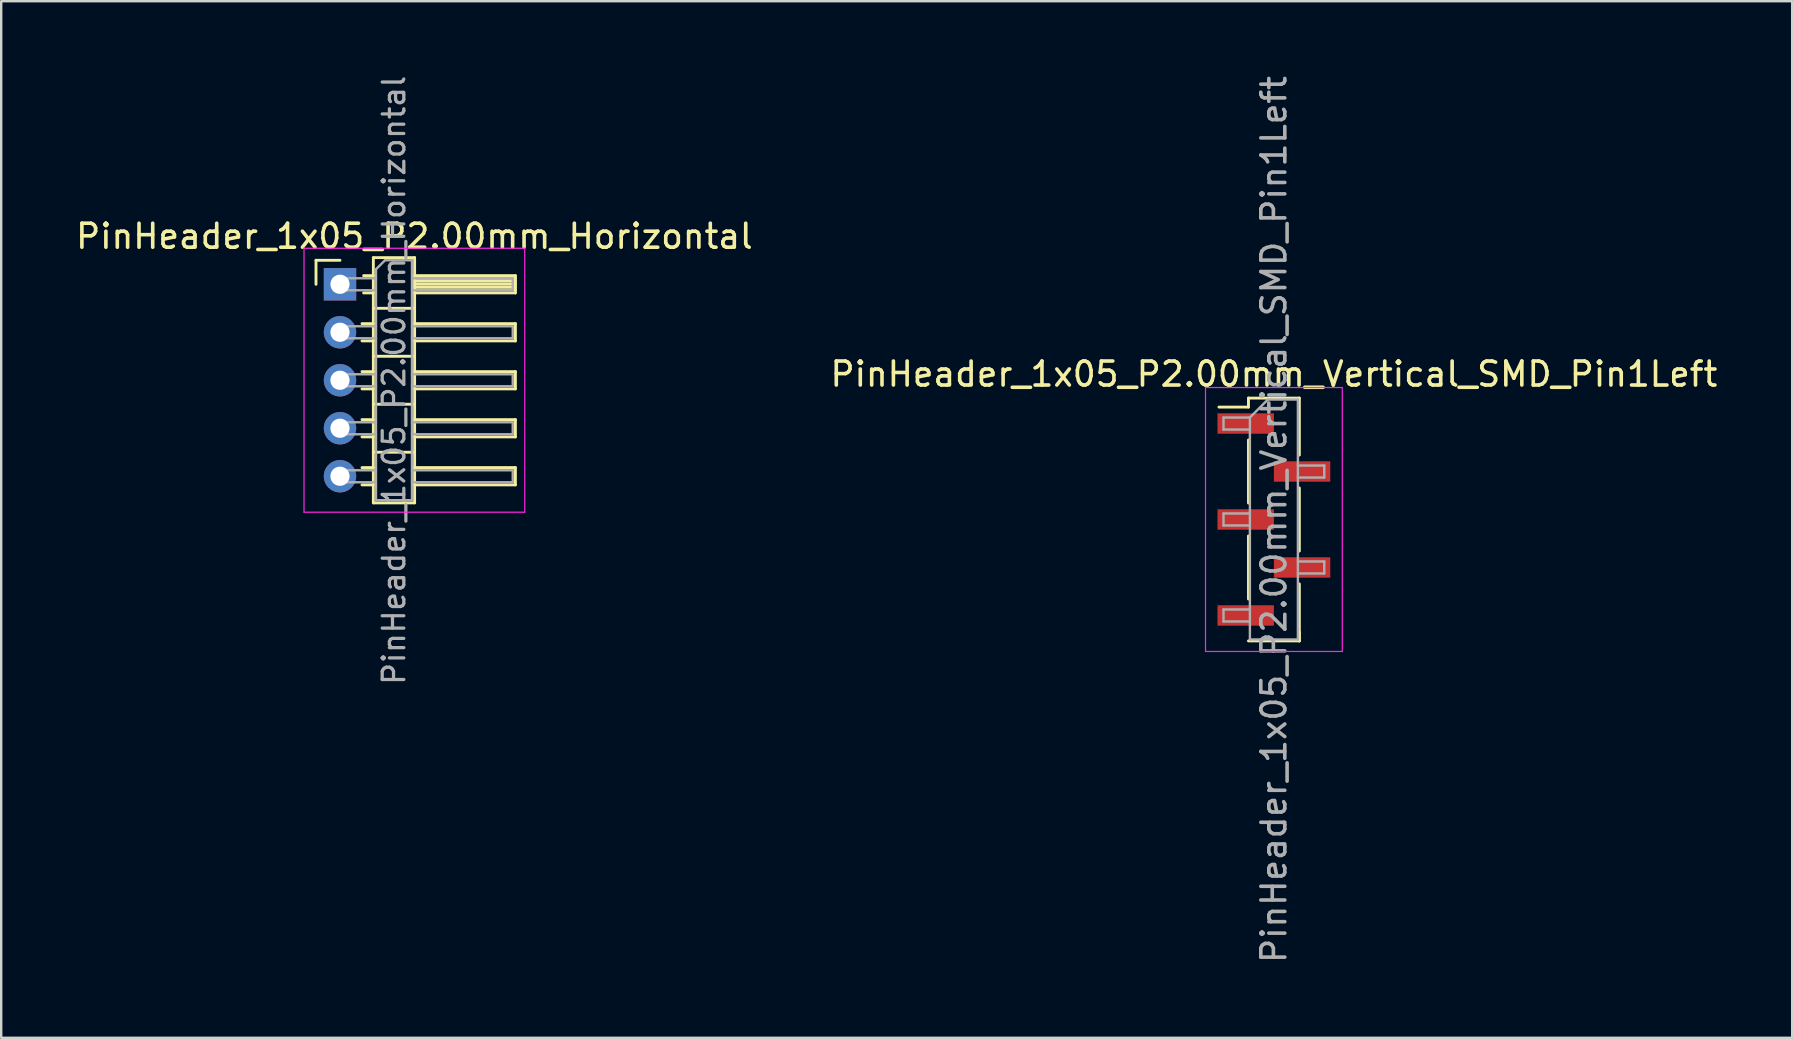
<source format=kicad_pcb>
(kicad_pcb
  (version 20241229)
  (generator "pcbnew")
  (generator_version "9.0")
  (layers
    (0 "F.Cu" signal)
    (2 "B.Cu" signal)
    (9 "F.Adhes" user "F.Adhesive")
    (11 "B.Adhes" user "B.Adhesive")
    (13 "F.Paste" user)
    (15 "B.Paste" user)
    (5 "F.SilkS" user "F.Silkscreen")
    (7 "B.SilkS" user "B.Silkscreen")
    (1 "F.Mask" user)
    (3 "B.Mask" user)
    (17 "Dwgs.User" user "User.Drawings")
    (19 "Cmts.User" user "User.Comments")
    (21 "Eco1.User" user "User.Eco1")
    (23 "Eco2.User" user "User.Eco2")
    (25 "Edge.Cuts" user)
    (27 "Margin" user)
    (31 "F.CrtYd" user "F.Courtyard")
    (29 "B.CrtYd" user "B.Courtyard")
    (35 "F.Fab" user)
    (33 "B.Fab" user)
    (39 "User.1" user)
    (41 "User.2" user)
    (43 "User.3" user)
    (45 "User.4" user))
  (footprint "PinHeader_1x05_P2.00mm_Vertical_SMD_Pin1Left"
    (layer "F.Cu")
    (at 50.042 18.601)
    (property "Reference" "PinHeader_1x05_P2.00mm_Vertical_SMD_Pin1Left" (at 0 -6.06 0) (layer "F.SilkS") (effects (font (size 1 1) (thickness 0.15))))
    (attr smd)
    (fp_line (start -1.06 -5.06) (end -1.06 -4.685) (stroke (width 0.12) (type solid)) (layer "F.SilkS"))
    (fp_line (start -1.06 -5.06) (end 1.06 -5.06) (stroke (width 0.12) (type solid)) (layer "F.SilkS"))
    (fp_line (start -1.06 -4.685) (end -2.29 -4.685) (stroke (width 0.12) (type solid)) (layer "F.SilkS"))
    (fp_line (start -1.06 -3.315) (end -1.06 -0.685) (stroke (width 0.12) (type solid)) (layer "F.SilkS"))
    (fp_line (start -1.06 0.685) (end -1.06 3.315) (stroke (width 0.12) (type solid)) (layer "F.SilkS"))
    (fp_line (start -1.06 5.06) (end 1.06 5.06) (stroke (width 0.12) (type solid)) (layer "F.SilkS"))
    (fp_line (start 1.06 -5.06) (end 1.06 -2.685) (stroke (width 0.12) (type solid)) (layer "F.SilkS"))
    (fp_line (start 1.06 -1.315) (end 1.06 1.315) (stroke (width 0.12) (type solid)) (layer "F.SilkS"))
    (fp_line (start 1.06 2.685) (end 1.06 5.06) (stroke (width 0.12) (type solid)) (layer "F.SilkS"))
    (fp_line (start 1.06 4.685) (end 1.06 5.06) (stroke (width 0.12) (type solid)) (layer "F.SilkS"))
    (fp_line (start -2.85 -5.5) (end -2.85 5.5) (stroke (width 0.05) (type solid)) (layer "F.CrtYd"))
    (fp_line (start -2.85 5.5) (end 2.85 5.5) (stroke (width 0.05) (type solid)) (layer "F.CrtYd"))
    (fp_line (start 2.85 -5.5) (end -2.85 -5.5) (stroke (width 0.05) (type solid)) (layer "F.CrtYd"))
    (fp_line (start 2.85 5.5) (end 2.85 -5.5) (stroke (width 0.05) (type solid)) (layer "F.CrtYd"))
    (fp_line (start -2.1 -4.25) (end -2.1 -3.75) (stroke (width 0.1) (type solid)) (layer "F.Fab"))
    (fp_line (start -2.1 -3.75) (end -1 -3.75) (stroke (width 0.1) (type solid)) (layer "F.Fab"))
    (fp_line (start -2.1 -0.25) (end -2.1 0.25) (stroke (width 0.1) (type solid)) (layer "F.Fab"))
    (fp_line (start -2.1 0.25) (end -1 0.25) (stroke (width 0.1) (type solid)) (layer "F.Fab"))
    (fp_line (start -2.1 3.75) (end -2.1 4.25) (stroke (width 0.1) (type solid)) (layer "F.Fab"))
    (fp_line (start -2.1 4.25) (end -1 4.25) (stroke (width 0.1) (type solid)) (layer "F.Fab"))
    (fp_line (start -1 -4.25) (end -2.1 -4.25) (stroke (width 0.1) (type solid)) (layer "F.Fab"))
    (fp_line (start -1 -4.25) (end -0.25 -5) (stroke (width 0.1) (type solid)) (layer "F.Fab"))
    (fp_line (start -1 -0.25) (end -2.1 -0.25) (stroke (width 0.1) (type solid)) (layer "F.Fab"))
    (fp_line (start -1 3.75) (end -2.1 3.75) (stroke (width 0.1) (type solid)) (layer "F.Fab"))
    (fp_line (start -1 5) (end -1 -4.25) (stroke (width 0.1) (type solid)) (layer "F.Fab"))
    (fp_line (start -0.25 -5) (end 1 -5) (stroke (width 0.1) (type solid)) (layer "F.Fab"))
    (fp_line (start 1 -5) (end 1 5) (stroke (width 0.1) (type solid)) (layer "F.Fab"))
    (fp_line (start 1 -2.25) (end 2.1 -2.25) (stroke (width 0.1) (type solid)) (layer "F.Fab"))
    (fp_line (start 1 1.75) (end 2.1 1.75) (stroke (width 0.1) (type solid)) (layer "F.Fab"))
    (fp_line (start 1 5) (end -1 5) (stroke (width 0.1) (type solid)) (layer "F.Fab"))
    (fp_line (start 2.1 -2.25) (end 2.1 -1.75) (stroke (width 0.1) (type solid)) (layer "F.Fab"))
    (fp_line (start 2.1 -1.75) (end 1 -1.75) (stroke (width 0.1) (type solid)) (layer "F.Fab"))
    (fp_line (start 2.1 1.75) (end 2.1 2.25) (stroke (width 0.1) (type solid)) (layer "F.Fab"))
    (fp_line (start 2.1 2.25) (end 1 2.25) (stroke (width 0.1) (type solid)) (layer "F.Fab"))
    (fp_text user "${REFERENCE}" (at 0 0 90) (layer "F.Fab") (effects (font (size 1 1) (thickness 0.15))))
    (pad "1" smd rect (at -1.175 -4) (size 2.35 0.85) (layers "F.Cu" "F.Mask" "F.Paste"))
    (pad "2" smd rect (at 1.175 -2) (size 2.35 0.85) (layers "F.Cu" "F.Mask" "F.Paste"))
    (pad "3" smd rect (at -1.175 0) (size 2.35 0.85) (layers "F.Cu" "F.Mask" "F.Paste"))
    (pad "4" smd rect (at 1.175 2) (size 2.35 0.85) (layers "F.Cu" "F.Mask" "F.Paste"))
    (pad "5" smd rect (at -1.175 4) (size 2.35 0.85) (layers "F.Cu" "F.Mask" "F.Paste")))
  (footprint "PinHeader_1x05_P2.00mm_Horizontal"
    (layer "F.Cu")
    (at 11.12 8.798)
    (property "Reference" "PinHeader_1x05_P2.00mm_Horizontal" (at 3.1 -2 0) (layer "F.SilkS") (effects (font (size 1 1) (thickness 0.15))))
    (attr through_hole)
    (fp_line (start -1 -1) (end 0 -1) (stroke (width 0.12) (type solid)) (layer "F.SilkS"))
    (fp_line (start -1 0) (end -1 -1) (stroke (width 0.12) (type solid)) (layer "F.SilkS"))
    (fp_line (start 0.917 1.64) (end 1.39 1.64) (stroke (width 0.12) (type solid)) (layer "F.SilkS"))
    (fp_line (start 0.917 2.36) (end 1.39 2.36) (stroke (width 0.12) (type solid)) (layer "F.SilkS"))
    (fp_line (start 0.917 3.64) (end 1.39 3.64) (stroke (width 0.12) (type solid)) (layer "F.SilkS"))
    (fp_line (start 0.917 4.36) (end 1.39 4.36) (stroke (width 0.12) (type solid)) (layer "F.SilkS"))
    (fp_line (start 0.917 5.64) (end 1.39 5.64) (stroke (width 0.12) (type solid)) (layer "F.SilkS"))
    (fp_line (start 0.917 6.36) (end 1.39 6.36) (stroke (width 0.12) (type solid)) (layer "F.SilkS"))
    (fp_line (start 0.917 7.64) (end 1.39 7.64) (stroke (width 0.12) (type solid)) (layer "F.SilkS"))
    (fp_line (start 0.917 8.36) (end 1.39 8.36) (stroke (width 0.12) (type solid)) (layer "F.SilkS"))
    (fp_line (start 0.985 -0.36) (end 1.39 -0.36) (stroke (width 0.12) (type solid)) (layer "F.SilkS"))
    (fp_line (start 0.985 0.36) (end 1.39 0.36) (stroke (width 0.12) (type solid)) (layer "F.SilkS"))
    (fp_line (start 1.39 -1.11) (end 1.39 9.11) (stroke (width 0.12) (type solid)) (layer "F.SilkS"))
    (fp_line (start 1.39 1) (end 3.11 1) (stroke (width 0.12) (type solid)) (layer "F.SilkS"))
    (fp_line (start 1.39 3) (end 3.11 3) (stroke (width 0.12) (type solid)) (layer "F.SilkS"))
    (fp_line (start 1.39 5) (end 3.11 5) (stroke (width 0.12) (type solid)) (layer "F.SilkS"))
    (fp_line (start 1.39 7) (end 3.11 7) (stroke (width 0.12) (type solid)) (layer "F.SilkS"))
    (fp_line (start 1.39 9.11) (end 3.11 9.11) (stroke (width 0.12) (type solid)) (layer "F.SilkS"))
    (fp_line (start 3.11 -1.11) (end 1.39 -1.11) (stroke (width 0.12) (type solid)) (layer "F.SilkS"))
    (fp_line (start 3.11 -0.36) (end 7.31 -0.36) (stroke (width 0.12) (type solid)) (layer "F.SilkS"))
    (fp_line (start 3.11 -0.25) (end 7.31 -0.25) (stroke (width 0.12) (type solid)) (layer "F.SilkS"))
    (fp_line (start 3.11 -0.13) (end 7.31 -0.13) (stroke (width 0.12) (type solid)) (layer "F.SilkS"))
    (fp_line (start 3.11 -0.01) (end 7.31 -0.01) (stroke (width 0.12) (type solid)) (layer "F.SilkS"))
    (fp_line (start 3.11 0.11) (end 7.31 0.11) (stroke (width 0.12) (type solid)) (layer "F.SilkS"))
    (fp_line (start 3.11 0.23) (end 7.31 0.23) (stroke (width 0.12) (type solid)) (layer "F.SilkS"))
    (fp_line (start 3.11 1.64) (end 7.31 1.64) (stroke (width 0.12) (type solid)) (layer "F.SilkS"))
    (fp_line (start 3.11 3.64) (end 7.31 3.64) (stroke (width 0.12) (type solid)) (layer "F.SilkS"))
    (fp_line (start 3.11 5.64) (end 7.31 5.64) (stroke (width 0.12) (type solid)) (layer "F.SilkS"))
    (fp_line (start 3.11 7.64) (end 7.31 7.64) (stroke (width 0.12) (type solid)) (layer "F.SilkS"))
    (fp_line (start 3.11 9.11) (end 3.11 -1.11) (stroke (width 0.12) (type solid)) (layer "F.SilkS"))
    (fp_line (start 7.31 -0.36) (end 7.31 0.36) (stroke (width 0.12) (type solid)) (layer "F.SilkS"))
    (fp_line (start 7.31 0.36) (end 3.11 0.36) (stroke (width 0.12) (type solid)) (layer "F.SilkS"))
    (fp_line (start 7.31 1.64) (end 7.31 2.36) (stroke (width 0.12) (type solid)) (layer "F.SilkS"))
    (fp_line (start 7.31 2.36) (end 3.11 2.36) (stroke (width 0.12) (type solid)) (layer "F.SilkS"))
    (fp_line (start 7.31 3.64) (end 7.31 4.36) (stroke (width 0.12) (type solid)) (layer "F.SilkS"))
    (fp_line (start 7.31 4.36) (end 3.11 4.36) (stroke (width 0.12) (type solid)) (layer "F.SilkS"))
    (fp_line (start 7.31 5.64) (end 7.31 6.36) (stroke (width 0.12) (type solid)) (layer "F.SilkS"))
    (fp_line (start 7.31 6.36) (end 3.11 6.36) (stroke (width 0.12) (type solid)) (layer "F.SilkS"))
    (fp_line (start 7.31 7.64) (end 7.31 8.36) (stroke (width 0.12) (type solid)) (layer "F.SilkS"))
    (fp_line (start 7.31 8.36) (end 3.11 8.36) (stroke (width 0.12) (type solid)) (layer "F.SilkS"))
    (fp_line (start -1.5 -1.5) (end -1.5 9.5) (stroke (width 0.05) (type solid)) (layer "F.CrtYd"))
    (fp_line (start -1.5 9.5) (end 7.7 9.5) (stroke (width 0.05) (type solid)) (layer "F.CrtYd"))
    (fp_line (start 7.7 -1.5) (end -1.5 -1.5) (stroke (width 0.05) (type solid)) (layer "F.CrtYd"))
    (fp_line (start 7.7 9.5) (end 7.7 -1.5) (stroke (width 0.05) (type solid)) (layer "F.CrtYd"))
    (fp_line (start -0.25 -0.25) (end -0.25 0.25) (stroke (width 0.1) (type solid)) (layer "F.Fab"))
    (fp_line (start -0.25 -0.25) (end 1.5 -0.25) (stroke (width 0.1) (type solid)) (layer "F.Fab"))
    (fp_line (start -0.25 0.25) (end 1.5 0.25) (stroke (width 0.1) (type solid)) (layer "F.Fab"))
    (fp_line (start -0.25 1.75) (end -0.25 2.25) (stroke (width 0.1) (type solid)) (layer "F.Fab"))
    (fp_line (start -0.25 1.75) (end 1.5 1.75) (stroke (width 0.1) (type solid)) (layer "F.Fab"))
    (fp_line (start -0.25 2.25) (end 1.5 2.25) (stroke (width 0.1) (type solid)) (layer "F.Fab"))
    (fp_line (start -0.25 3.75) (end -0.25 4.25) (stroke (width 0.1) (type solid)) (layer "F.Fab"))
    (fp_line (start -0.25 3.75) (end 1.5 3.75) (stroke (width 0.1) (type solid)) (layer "F.Fab"))
    (fp_line (start -0.25 4.25) (end 1.5 4.25) (stroke (width 0.1) (type solid)) (layer "F.Fab"))
    (fp_line (start -0.25 5.75) (end -0.25 6.25) (stroke (width 0.1) (type solid)) (layer "F.Fab"))
    (fp_line (start -0.25 5.75) (end 1.5 5.75) (stroke (width 0.1) (type solid)) (layer "F.Fab"))
    (fp_line (start -0.25 6.25) (end 1.5 6.25) (stroke (width 0.1) (type solid)) (layer "F.Fab"))
    (fp_line (start -0.25 7.75) (end -0.25 8.25) (stroke (width 0.1) (type solid)) (layer "F.Fab"))
    (fp_line (start -0.25 7.75) (end 1.5 7.75) (stroke (width 0.1) (type solid)) (layer "F.Fab"))
    (fp_line (start -0.25 8.25) (end 1.5 8.25) (stroke (width 0.1) (type solid)) (layer "F.Fab"))
    (fp_line (start 1.5 -0.625) (end 1.875 -1) (stroke (width 0.1) (type solid)) (layer "F.Fab"))
    (fp_line (start 1.5 9) (end 1.5 -0.625) (stroke (width 0.1) (type solid)) (layer "F.Fab"))
    (fp_line (start 1.875 -1) (end 3 -1) (stroke (width 0.1) (type solid)) (layer "F.Fab"))
    (fp_line (start 3 -1) (end 3 9) (stroke (width 0.1) (type solid)) (layer "F.Fab"))
    (fp_line (start 3 -0.25) (end 7.2 -0.25) (stroke (width 0.1) (type solid)) (layer "F.Fab"))
    (fp_line (start 3 0.25) (end 7.2 0.25) (stroke (width 0.1) (type solid)) (layer "F.Fab"))
    (fp_line (start 3 1.75) (end 7.2 1.75) (stroke (width 0.1) (type solid)) (layer "F.Fab"))
    (fp_line (start 3 2.25) (end 7.2 2.25) (stroke (width 0.1) (type solid)) (layer "F.Fab"))
    (fp_line (start 3 3.75) (end 7.2 3.75) (stroke (width 0.1) (type solid)) (layer "F.Fab"))
    (fp_line (start 3 4.25) (end 7.2 4.25) (stroke (width 0.1) (type solid)) (layer "F.Fab"))
    (fp_line (start 3 5.75) (end 7.2 5.75) (stroke (width 0.1) (type solid)) (layer "F.Fab"))
    (fp_line (start 3 6.25) (end 7.2 6.25) (stroke (width 0.1) (type solid)) (layer "F.Fab"))
    (fp_line (start 3 7.75) (end 7.2 7.75) (stroke (width 0.1) (type solid)) (layer "F.Fab"))
    (fp_line (start 3 8.25) (end 7.2 8.25) (stroke (width 0.1) (type solid)) (layer "F.Fab"))
    (fp_line (start 3 9) (end 1.5 9) (stroke (width 0.1) (type solid)) (layer "F.Fab"))
    (fp_line (start 7.2 -0.25) (end 7.2 0.25) (stroke (width 0.1) (type solid)) (layer "F.Fab"))
    (fp_line (start 7.2 1.75) (end 7.2 2.25) (stroke (width 0.1) (type solid)) (layer "F.Fab"))
    (fp_line (start 7.2 3.75) (end 7.2 4.25) (stroke (width 0.1) (type solid)) (layer "F.Fab"))
    (fp_line (start 7.2 5.75) (end 7.2 6.25) (stroke (width 0.1) (type solid)) (layer "F.Fab"))
    (fp_line (start 7.2 7.75) (end 7.2 8.25) (stroke (width 0.1) (type solid)) (layer "F.Fab"))
    (fp_text user "${REFERENCE}" (at 2.25 4 90) (layer "F.Fab") (effects (font (size 0.9 0.9) (thickness 0.135))))
    (pad "1" thru_hole rect (at 0 0) (size 1.35 1.35) (drill 0.8) (layers "*.Cu" "*.Mask"))
    (pad "2" thru_hole circle (at 0 2) (size 1.35 1.35) (drill 0.8) (layers "*.Cu" "*.Mask"))
    (pad "3" thru_hole circle (at 0 4) (size 1.35 1.35) (drill 0.8) (layers "*.Cu" "*.Mask"))
    (pad "4" thru_hole circle (at 0 6) (size 1.35 1.35) (drill 0.8) (layers "*.Cu" "*.Mask"))
    (pad "5" thru_hole circle (at 0 8) (size 1.35 1.35) (drill 0.8) (layers "*.Cu" "*.Mask")))
  (gr_rect
    (start -3 -3)
    (end 71.643 40.202)
    (stroke (width 0.1) (type default))
    (fill no)
    (layer "Edge.Cuts")))
</source>
